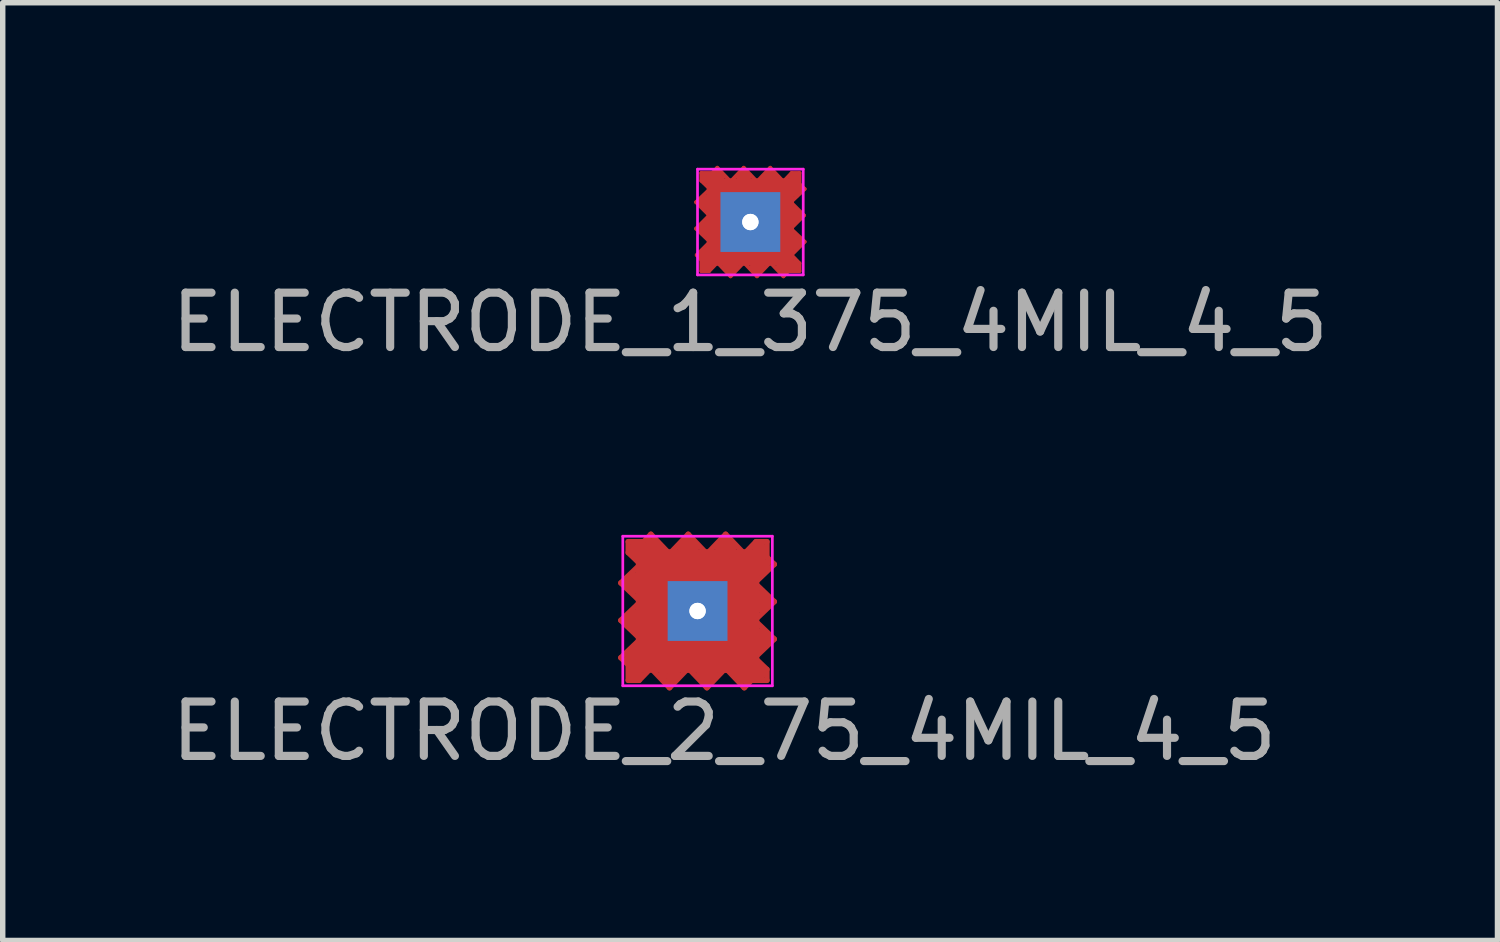
<source format=kicad_pcb>
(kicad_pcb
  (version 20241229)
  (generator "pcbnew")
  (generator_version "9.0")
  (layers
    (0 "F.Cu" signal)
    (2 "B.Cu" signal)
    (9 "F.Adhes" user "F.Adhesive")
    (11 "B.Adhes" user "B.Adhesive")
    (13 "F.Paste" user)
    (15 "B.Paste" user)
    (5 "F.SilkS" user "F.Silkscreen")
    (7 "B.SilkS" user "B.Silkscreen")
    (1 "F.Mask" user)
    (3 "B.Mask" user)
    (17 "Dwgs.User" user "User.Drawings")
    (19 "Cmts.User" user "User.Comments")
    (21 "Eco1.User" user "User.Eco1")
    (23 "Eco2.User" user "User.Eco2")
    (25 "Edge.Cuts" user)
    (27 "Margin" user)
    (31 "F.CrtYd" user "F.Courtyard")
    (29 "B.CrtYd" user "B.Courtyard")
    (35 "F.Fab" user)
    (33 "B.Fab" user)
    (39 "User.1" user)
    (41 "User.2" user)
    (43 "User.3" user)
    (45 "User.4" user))
  (footprint "ELECTRODE_1_375_4MIL_4_5"
    (layer "F.Cu")
    (at 10.749 1.033)
    (property "Reference" "ELECTRODE_1_375_4MIL_4_5" (at -0.005 1.844 0) (layer "F.Fab") (effects (font (size 1 1) (thickness 0.15))))
    (attr through_hole)
    (fp_line (start -0.998 -0.365) (end -0.755 -0.122) (stroke (width 0.071) (type solid)) (layer "F.Cu"))
    (fp_line (start -0.998 0.121) (end -0.743 0.364) (stroke (width 0.071) (type solid)) (layer "F.Cu"))
    (fp_line (start -0.902 -0.759) (end -0.743 -0.607) (stroke (width 0.071) (type solid)) (layer "F.Cu"))
    (fp_line (start -0.902 -0.902) (end -0.902 -0.759) (stroke (width 0.071) (type solid)) (layer "F.Cu"))
    (fp_line (start -0.902 -0.902) (end -0.699 -0.902) (stroke (width 0.071) (type solid)) (layer "F.Cu"))
    (fp_line (start -0.902 0.698) (end -0.986 0.607) (stroke (width 0.071) (type solid)) (layer "F.Cu"))
    (fp_line (start -0.902 0.902) (end -0.902 0.699) (stroke (width 0.071) (type solid)) (layer "F.Cu"))
    (fp_line (start -0.902 0.902) (end -0.759 0.902) (stroke (width 0.071) (type solid)) (layer "F.Cu"))
    (fp_line (start -0.856 -0.851) (end -0.742 -0.851) (stroke (width 0.12) (type solid)) (layer "F.Cu"))
    (fp_line (start -0.843 0.734) (end -0.843 0.831) (stroke (width 0.12) (type solid)) (layer "F.Cu"))
    (fp_line (start -0.843 0.831) (end -0.754 0.831) (stroke (width 0.12) (type solid)) (layer "F.Cu"))
    (fp_line (start -0.841 -0.262) (end -0.912 -0.376) (stroke (width 0.12) (type solid)) (layer "F.Cu"))
    (fp_line (start -0.838 -0.455) (end -0.841 -0.262) (stroke (width 0.12) (type solid)) (layer "F.Cu"))
    (fp_line (start -0.838 0.211) (end -0.909 0.107) (stroke (width 0.12) (type solid)) (layer "F.Cu"))
    (fp_line (start -0.838 0.511) (end -0.836 0.699) (stroke (width 0.12) (type solid)) (layer "F.Cu"))
    (fp_line (start -0.836 0.699) (end -0.907 0.597) (stroke (width 0.12) (type solid)) (layer "F.Cu"))
    (fp_line (start -0.833 0.008) (end -0.838 0.211) (stroke (width 0.12) (type solid)) (layer "F.Cu"))
    (fp_line (start -0.831 -0.843) (end -0.836 -0.757) (stroke (width 0.12) (type solid)) (layer "F.Cu"))
    (fp_line (start -0.755 -0.122) (end -0.998 0.121) (stroke (width 0.071) (type solid)) (layer "F.Cu"))
    (fp_line (start -0.752 -0.752) (end -0.752 0.752) (stroke (width 0.1) (type solid)) (layer "F.Cu"))
    (fp_line (start -0.752 -0.752) (end 0.752 -0.752) (stroke (width 0.1) (type solid)) (layer "F.Cu"))
    (fp_line (start -0.752 0.752) (end 0.752 0.752) (stroke (width 0.1) (type solid)) (layer "F.Cu"))
    (fp_line (start -0.743 -0.607) (end -0.998 -0.365) (stroke (width 0.071) (type solid)) (layer "F.Cu"))
    (fp_line (start -0.743 0.364) (end -0.986 0.607) (stroke (width 0.071) (type solid)) (layer "F.Cu"))
    (fp_line (start -0.706 -0.846) (end -0.599 -0.917) (stroke (width 0.12) (type solid)) (layer "F.Cu"))
    (fp_line (start -0.686 -0.635) (end 0.66 -0.635) (stroke (width 0.2) (type solid)) (layer "F.Cu"))
    (fp_line (start -0.635 0.66) (end -0.635 -0.559) (stroke (width 0.2) (type solid)) (layer "F.Cu"))
    (fp_line (start -0.608 -0.998) (end -0.699 -0.902) (stroke (width 0.071) (type solid)) (layer "F.Cu"))
    (fp_line (start -0.607 0.743) (end -0.759 0.902) (stroke (width 0.071) (type solid)) (layer "F.Cu"))
    (fp_line (start -0.511 -0.846) (end -0.706 -0.846) (stroke (width 0.12) (type solid)) (layer "F.Cu"))
    (fp_line (start -0.465 0.836) (end -0.262 0.836) (stroke (width 0.12) (type solid)) (layer "F.Cu"))
    (fp_line (start -0.365 -0.743) (end -0.608 -0.998) (stroke (width 0.071) (type solid)) (layer "F.Cu"))
    (fp_line (start -0.364 0.998) (end -0.607 0.743) (stroke (width 0.071) (type solid)) (layer "F.Cu"))
    (fp_line (start -0.262 0.836) (end -0.376 0.904) (stroke (width 0.12) (type solid)) (layer "F.Cu"))
    (fp_line (start -0.216 -0.846) (end -0.114 -0.907) (stroke (width 0.12) (type solid)) (layer "F.Cu"))
    (fp_line (start -0.122 -0.998) (end -0.365 -0.743) (stroke (width 0.071) (type solid)) (layer "F.Cu"))
    (fp_line (start -0.121 0.743) (end -0.364 0.998) (stroke (width 0.071) (type solid)) (layer "F.Cu"))
    (fp_line (start -0.023 -0.846) (end -0.216 -0.846) (stroke (width 0.12) (type solid)) (layer "F.Cu"))
    (fp_line (start 0.033 0.841) (end 0.221 0.841) (stroke (width 0.12) (type solid)) (layer "F.Cu"))
    (fp_line (start 0.121 -0.743) (end -0.122 -0.998) (stroke (width 0.071) (type solid)) (layer "F.Cu"))
    (fp_line (start 0.122 0.998) (end -0.121 0.743) (stroke (width 0.071) (type solid)) (layer "F.Cu"))
    (fp_line (start 0.221 0.841) (end 0.112 0.917) (stroke (width 0.12) (type solid)) (layer "F.Cu"))
    (fp_line (start 0.259 -0.833) (end 0.376 -0.899) (stroke (width 0.12) (type solid)) (layer "F.Cu"))
    (fp_line (start 0.365 -0.998) (end 0.121 -0.743) (stroke (width 0.071) (type solid)) (layer "F.Cu"))
    (fp_line (start 0.365 0.743) (end 0.122 0.998) (stroke (width 0.071) (type solid)) (layer "F.Cu"))
    (fp_line (start 0.47 -0.831) (end 0.259 -0.833) (stroke (width 0.12) (type solid)) (layer "F.Cu"))
    (fp_line (start 0.511 0.843) (end 0.704 0.843) (stroke (width 0.12) (type solid)) (layer "F.Cu"))
    (fp_line (start 0.607 -0.743) (end 0.365 -0.998) (stroke (width 0.071) (type solid)) (layer "F.Cu"))
    (fp_line (start 0.608 0.998) (end 0.365 0.743) (stroke (width 0.071) (type solid)) (layer "F.Cu"))
    (fp_line (start 0.608 0.998) (end 0.699 0.902) (stroke (width 0.071) (type solid)) (layer "F.Cu"))
    (fp_line (start 0.635 -0.66) (end 0.635 0.66) (stroke (width 0.2) (type solid)) (layer "F.Cu"))
    (fp_line (start 0.66 0.635) (end -0.66 0.635) (stroke (width 0.2) (type solid)) (layer "F.Cu"))
    (fp_line (start 0.704 0.843) (end 0.597 0.907) (stroke (width 0.12) (type solid)) (layer "F.Cu"))
    (fp_line (start 0.732 0.831) (end 0.841 0.831) (stroke (width 0.12) (type solid)) (layer "F.Cu"))
    (fp_line (start 0.743 -0.365) (end 0.986 -0.122) (stroke (width 0.071) (type solid)) (layer "F.Cu"))
    (fp_line (start 0.743 0.121) (end 0.998 0.363) (stroke (width 0.071) (type solid)) (layer "F.Cu"))
    (fp_line (start 0.752 -0.752) (end 0.752 0.752) (stroke (width 0.1) (type solid)) (layer "F.Cu"))
    (fp_line (start 0.759 -0.902) (end 0.607 -0.743) (stroke (width 0.071) (type solid)) (layer "F.Cu"))
    (fp_line (start 0.82 -0.221) (end 0.82 -0.033) (stroke (width 0.12) (type solid)) (layer "F.Cu"))
    (fp_line (start 0.82 -0.033) (end 0.889 -0.14) (stroke (width 0.12) (type solid)) (layer "F.Cu"))
    (fp_line (start 0.831 0.277) (end 0.836 0.47) (stroke (width 0.12) (type solid)) (layer "F.Cu"))
    (fp_line (start 0.836 0.47) (end 0.909 0.335) (stroke (width 0.12) (type solid)) (layer "F.Cu"))
    (fp_line (start 0.838 -0.833) (end 0.838 -0.711) (stroke (width 0.12) (type solid)) (layer "F.Cu"))
    (fp_line (start 0.841 -0.696) (end 0.843 -0.516) (stroke (width 0.12) (type solid)) (layer "F.Cu"))
    (fp_line (start 0.841 0.831) (end 0.841 0.744) (stroke (width 0.12) (type solid)) (layer "F.Cu"))
    (fp_line (start 0.843 -0.516) (end 0.917 -0.625) (stroke (width 0.12) (type solid)) (layer "F.Cu"))
    (fp_line (start 0.861 -0.838) (end 0.754 -0.838) (stroke (width 0.12) (type solid)) (layer "F.Cu"))
    (fp_line (start 0.902 -0.902) (end 0.759 -0.902) (stroke (width 0.071) (type solid)) (layer "F.Cu"))
    (fp_line (start 0.902 -0.902) (end 0.902 -0.699) (stroke (width 0.071) (type solid)) (layer "F.Cu"))
    (fp_line (start 0.902 0.759) (end 0.755 0.606) (stroke (width 0.071) (type solid)) (layer "F.Cu"))
    (fp_line (start 0.902 0.902) (end 0.699 0.902) (stroke (width 0.071) (type solid)) (layer "F.Cu"))
    (fp_line (start 0.902 0.902) (end 0.902 0.759) (stroke (width 0.071) (type solid)) (layer "F.Cu"))
    (fp_line (start 0.986 -0.122) (end 0.743 0.121) (stroke (width 0.071) (type solid)) (layer "F.Cu"))
    (fp_line (start 0.998 -0.608) (end 0.743 -0.365) (stroke (width 0.071) (type solid)) (layer "F.Cu"))
    (fp_line (start 0.998 -0.608) (end 0.902 -0.699) (stroke (width 0.071) (type solid)) (layer "F.Cu"))
    (fp_line (start 0.998 0.363) (end 0.755 0.606) (stroke (width 0.071) (type solid)) (layer "F.Cu"))
    (fp_line (start -0.972 -0.972) (end -0.972 0.972) (stroke (width 0.05) (type solid)) (layer "F.CrtYd"))
    (fp_line (start -0.972 -0.972) (end 0.972 -0.972) (stroke (width 0.05) (type solid)) (layer "F.CrtYd"))
    (fp_line (start -0.972 0.972) (end 0.972 0.972) (stroke (width 0.05) (type solid)) (layer "F.CrtYd"))
    (fp_line (start 0.972 -0.972) (end 0.972 0.972) (stroke (width 0.05) (type solid)) (layer "F.CrtYd"))
    (pad "1" thru_hole circle (at 0 0) (size 0.605 0.605) (drill 0.3) (layers "*.Cu" "*.Mask"))
    (pad "1" thru_hole rect (at 0 0) (size 1.1 1.1) (drill 0.3) (layers "F.Cu" "F.Mask")))
  (footprint "ELECTRODE_2_75_4MIL_4_5"
    (layer "F.Cu")
    (at 9.778 8.186)
    (property "Reference" "ELECTRODE_2_75_4MIL_4_5" (at 0.49 2.21 0) (layer "F.Fab") (effects (font (size 1 1) (thickness 0.15))))
    (attr through_hole)
    (fp_line (start -1.411 -0.516) (end -1.051 -0.859) (stroke (width 0.1) (type solid)) (layer "F.Cu"))
    (fp_line (start -1.411 0.172) (end -1.051 -0.172) (stroke (width 0.1) (type solid)) (layer "F.Cu"))
    (fp_line (start -1.411 0.859) (end -1.275 0.989) (stroke (width 0.1) (type solid)) (layer "F.Cu"))
    (fp_line (start -1.411 0.859) (end -1.051 0.516) (stroke (width 0.1) (type solid)) (layer "F.Cu"))
    (fp_line (start -1.3 -0.52) (end -1.17 -0.64) (stroke (width 0.15) (type solid)) (layer "F.Cu"))
    (fp_line (start -1.29 0.17) (end -1.16 0.05) (stroke (width 0.15) (type solid)) (layer "F.Cu"))
    (fp_line (start -1.275 -1.275) (end -1.275 -1.074) (stroke (width 0.1) (type solid)) (layer "F.Cu"))
    (fp_line (start -1.275 -1.074) (end -1.051 -0.859) (stroke (width 0.1) (type solid)) (layer "F.Cu"))
    (fp_line (start -1.275 0.989) (end -1.275 1.275) (stroke (width 0.1) (type solid)) (layer "F.Cu"))
    (fp_line (start -1.275 1.275) (end -1.074 1.275) (stroke (width 0.1) (type solid)) (layer "F.Cu"))
    (fp_line (start -1.18 1.17) (end -1.17 0.72) (stroke (width 0.15) (type solid)) (layer "F.Cu"))
    (fp_line (start -1.17 -1.18) (end -0.72 -1.17) (stroke (width 0.15) (type solid)) (layer "F.Cu"))
    (fp_line (start -1.17 -1.07) (end -1.17 -1.18) (stroke (width 0.15) (type solid)) (layer "F.Cu"))
    (fp_line (start -1.17 -0.64) (end -1.17 -0.39) (stroke (width 0.15) (type solid)) (layer "F.Cu"))
    (fp_line (start -1.17 -0.39) (end -1.3 -0.52) (stroke (width 0.15) (type solid)) (layer "F.Cu"))
    (fp_line (start -1.17 0.72) (end -1.27 0.88) (stroke (width 0.15) (type solid)) (layer "F.Cu"))
    (fp_line (start -1.16 0.05) (end -1.16 0.3) (stroke (width 0.15) (type solid)) (layer "F.Cu"))
    (fp_line (start -1.16 0.3) (end -1.29 0.17) (stroke (width 0.15) (type solid)) (layer "F.Cu"))
    (fp_line (start -1.074 1.275) (end -0.859 1.051) (stroke (width 0.1) (type solid)) (layer "F.Cu"))
    (fp_line (start -1.07 1.17) (end -1.18 1.17) (stroke (width 0.15) (type solid)) (layer "F.Cu"))
    (fp_line (start -1.051 -0.172) (end -1.411 -0.516) (stroke (width 0.1) (type solid)) (layer "F.Cu"))
    (fp_line (start -1.051 0.516) (end -1.411 0.172) (stroke (width 0.1) (type solid)) (layer "F.Cu"))
    (fp_line (start -1.05 0.985) (end 1.016 0.991) (stroke (width 0.3) (type solid)) (layer "F.Cu"))
    (fp_line (start -0.995 -0.985) (end 1.02 -0.985) (stroke (width 0.3) (type solid)) (layer "F.Cu"))
    (fp_line (start -0.989 -1.275) (end -1.275 -1.275) (stroke (width 0.1) (type solid)) (layer "F.Cu"))
    (fp_line (start -0.985 0.985) (end -0.985 -1) (stroke (width 0.3) (type solid)) (layer "F.Cu"))
    (fp_line (start -0.859 -1.411) (end -0.516 -1.051) (stroke (width 0.1) (type solid)) (layer "F.Cu"))
    (fp_line (start -0.859 -1.411) (end -0.989 -1.275) (stroke (width 0.1) (type solid)) (layer "F.Cu"))
    (fp_line (start -0.808 -0.696) (end 0.787 -0.691) (stroke (width 0.5) (type solid)) (layer "F.Cu"))
    (fp_line (start -0.72 -1.17) (end -0.88 -1.27) (stroke (width 0.15) (type solid)) (layer "F.Cu"))
    (fp_line (start -0.701 0.737) (end -0.701 -0.559) (stroke (width 0.5) (type solid)) (layer "F.Cu"))
    (fp_line (start -0.64 1.17) (end -0.39 1.17) (stroke (width 0.15) (type solid)) (layer "F.Cu"))
    (fp_line (start -0.52 1.3) (end -0.64 1.17) (stroke (width 0.15) (type solid)) (layer "F.Cu"))
    (fp_line (start -0.516 -1.051) (end -0.172 -1.411) (stroke (width 0.1) (type solid)) (layer "F.Cu"))
    (fp_line (start -0.516 1.411) (end -0.859 1.051) (stroke (width 0.1) (type solid)) (layer "F.Cu"))
    (fp_line (start -0.39 1.17) (end -0.52 1.3) (stroke (width 0.15) (type solid)) (layer "F.Cu"))
    (fp_line (start -0.3 -1.16) (end -0.17 -1.29) (stroke (width 0.15) (type solid)) (layer "F.Cu"))
    (fp_line (start -0.172 -1.411) (end 0.172 -1.051) (stroke (width 0.1) (type solid)) (layer "F.Cu"))
    (fp_line (start -0.172 1.051) (end -0.516 1.411) (stroke (width 0.1) (type solid)) (layer "F.Cu"))
    (fp_line (start -0.17 -1.29) (end -0.05 -1.16) (stroke (width 0.15) (type solid)) (layer "F.Cu"))
    (fp_line (start -0.05 -1.16) (end -0.3 -1.16) (stroke (width 0.15) (type solid)) (layer "F.Cu"))
    (fp_line (start 0.05 1.16) (end 0.3 1.16) (stroke (width 0.15) (type solid)) (layer "F.Cu"))
    (fp_line (start 0.17 1.29) (end 0.05 1.16) (stroke (width 0.15) (type solid)) (layer "F.Cu"))
    (fp_line (start 0.172 -1.051) (end 0.516 -1.411) (stroke (width 0.1) (type solid)) (layer "F.Cu"))
    (fp_line (start 0.172 1.411) (end -0.172 1.051) (stroke (width 0.1) (type solid)) (layer "F.Cu"))
    (fp_line (start 0.3 1.16) (end 0.17 1.29) (stroke (width 0.15) (type solid)) (layer "F.Cu"))
    (fp_line (start 0.39 -1.17) (end 0.52 -1.3) (stroke (width 0.15) (type solid)) (layer "F.Cu"))
    (fp_line (start 0.516 -1.411) (end 0.859 -1.051) (stroke (width 0.1) (type solid)) (layer "F.Cu"))
    (fp_line (start 0.516 1.051) (end 0.172 1.411) (stroke (width 0.1) (type solid)) (layer "F.Cu"))
    (fp_line (start 0.52 -1.3) (end 0.64 -1.17) (stroke (width 0.15) (type solid)) (layer "F.Cu"))
    (fp_line (start 0.64 -1.17) (end 0.39 -1.17) (stroke (width 0.15) (type solid)) (layer "F.Cu"))
    (fp_line (start 0.696 -0.737) (end 0.696 0.762) (stroke (width 0.5) (type solid)) (layer "F.Cu"))
    (fp_line (start 0.72 1.17) (end 0.88 1.27) (stroke (width 0.15) (type solid)) (layer "F.Cu"))
    (fp_line (start 0.792 0.696) (end -0.782 0.696) (stroke (width 0.5) (type solid)) (layer "F.Cu"))
    (fp_line (start 0.859 1.411) (end 0.989 1.275) (stroke (width 0.1) (type solid)) (layer "F.Cu"))
    (fp_line (start 0.859 1.411) (end 0.516 1.051) (stroke (width 0.1) (type solid)) (layer "F.Cu"))
    (fp_line (start 0.985 0.985) (end 0.985 -0.985) (stroke (width 0.3) (type solid)) (layer "F.Cu"))
    (fp_line (start 0.989 1.275) (end 1.275 1.275) (stroke (width 0.1) (type solid)) (layer "F.Cu"))
    (fp_line (start 1.051 -0.516) (end 1.411 -0.172) (stroke (width 0.1) (type solid)) (layer "F.Cu"))
    (fp_line (start 1.051 0.172) (end 1.411 0.516) (stroke (width 0.1) (type solid)) (layer "F.Cu"))
    (fp_line (start 1.07 -1.17) (end 1.18 -1.17) (stroke (width 0.15) (type solid)) (layer "F.Cu"))
    (fp_line (start 1.074 -1.275) (end 0.859 -1.051) (stroke (width 0.1) (type solid)) (layer "F.Cu"))
    (fp_line (start 1.16 -0.3) (end 1.29 -0.17) (stroke (width 0.15) (type solid)) (layer "F.Cu"))
    (fp_line (start 1.16 -0.05) (end 1.16 -0.3) (stroke (width 0.15) (type solid)) (layer "F.Cu"))
    (fp_line (start 1.17 -0.72) (end 1.27 -0.88) (stroke (width 0.15) (type solid)) (layer "F.Cu"))
    (fp_line (start 1.17 0.39) (end 1.3 0.52) (stroke (width 0.15) (type solid)) (layer "F.Cu"))
    (fp_line (start 1.17 0.64) (end 1.17 0.39) (stroke (width 0.15) (type solid)) (layer "F.Cu"))
    (fp_line (start 1.17 1.07) (end 1.17 1.18) (stroke (width 0.15) (type solid)) (layer "F.Cu"))
    (fp_line (start 1.17 1.18) (end 0.72 1.17) (stroke (width 0.15) (type solid)) (layer "F.Cu"))
    (fp_line (start 1.18 -1.17) (end 1.17 -0.72) (stroke (width 0.15) (type solid)) (layer "F.Cu"))
    (fp_line (start 1.275 -1.275) (end 1.074 -1.275) (stroke (width 0.1) (type solid)) (layer "F.Cu"))
    (fp_line (start 1.275 -0.989) (end 1.275 -1.275) (stroke (width 0.1) (type solid)) (layer "F.Cu"))
    (fp_line (start 1.275 1.074) (end 1.051 0.859) (stroke (width 0.1) (type solid)) (layer "F.Cu"))
    (fp_line (start 1.275 1.275) (end 1.275 1.074) (stroke (width 0.1) (type solid)) (layer "F.Cu"))
    (fp_line (start 1.29 -0.17) (end 1.16 -0.05) (stroke (width 0.15) (type solid)) (layer "F.Cu"))
    (fp_line (start 1.3 0.52) (end 1.143 0.66) (stroke (width 0.15) (type solid)) (layer "F.Cu"))
    (fp_line (start 1.411 -0.859) (end 1.051 -0.516) (stroke (width 0.1) (type solid)) (layer "F.Cu"))
    (fp_line (start 1.411 -0.859) (end 1.275 -0.989) (stroke (width 0.1) (type solid)) (layer "F.Cu"))
    (fp_line (start 1.411 -0.172) (end 1.051 0.172) (stroke (width 0.1) (type solid)) (layer "F.Cu"))
    (fp_line (start 1.411 0.516) (end 1.051 0.859) (stroke (width 0.1) (type solid)) (layer "F.Cu"))
    (fp_line (start -1.375 -1.375) (end -1.375 1.375) (stroke (width 0.05) (type solid)) (layer "F.CrtYd"))
    (fp_line (start -1.375 -1.375) (end 1.375 -1.375) (stroke (width 0.05) (type solid)) (layer "F.CrtYd"))
    (fp_line (start -1.375 1.375) (end 1.375 1.375) (stroke (width 0.05) (type solid)) (layer "F.CrtYd"))
    (fp_line (start 1.375 -1.375) (end 1.375 1.375) (stroke (width 0.05) (type solid)) (layer "F.CrtYd"))
    (pad "1" thru_hole circle (at 0 0) (size 0.605 0.605) (drill 0.3) (layers "*.Cu" "*.Mask"))
    (pad "1" thru_hole rect (at 0 0) (size 1.1 1.1) (drill 0.3) (layers "F.Cu" "F.Mask")))
  (gr_rect
    (start -3 -3)
    (end 24.488 14.245)
    (stroke (width 0.1) (type default))
    (fill no)
    (layer "Edge.Cuts")))
</source>
